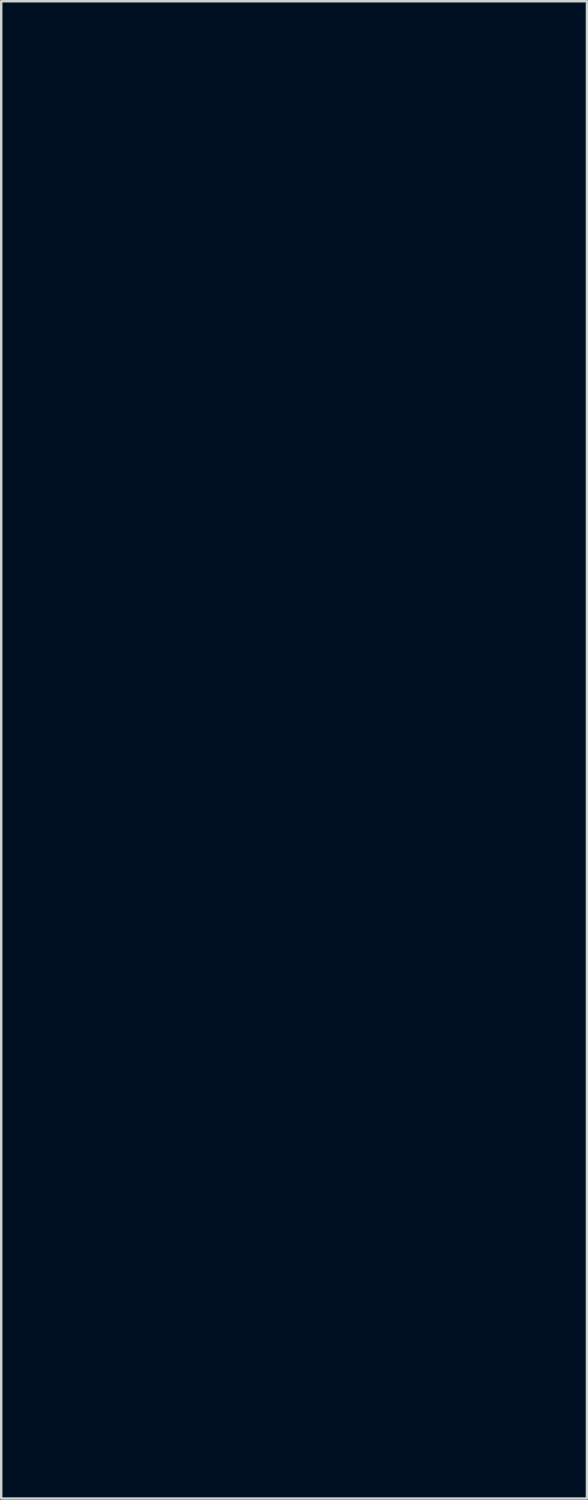
<source format=kicad_pcb>
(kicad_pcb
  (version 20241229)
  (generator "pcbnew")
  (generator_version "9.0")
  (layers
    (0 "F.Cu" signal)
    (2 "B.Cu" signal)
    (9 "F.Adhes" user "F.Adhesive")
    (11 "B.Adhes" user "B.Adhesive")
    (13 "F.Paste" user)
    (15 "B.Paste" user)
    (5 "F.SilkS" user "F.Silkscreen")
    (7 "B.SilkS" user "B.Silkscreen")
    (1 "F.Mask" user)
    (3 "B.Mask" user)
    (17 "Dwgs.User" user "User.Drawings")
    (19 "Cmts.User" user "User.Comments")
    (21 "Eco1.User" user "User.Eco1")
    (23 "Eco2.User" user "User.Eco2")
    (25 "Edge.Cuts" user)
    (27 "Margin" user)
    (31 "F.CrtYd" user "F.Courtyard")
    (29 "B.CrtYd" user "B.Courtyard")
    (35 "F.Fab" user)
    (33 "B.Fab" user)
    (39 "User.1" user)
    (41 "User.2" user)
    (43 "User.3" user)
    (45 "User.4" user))
  (footprint "key3codeFMask"
    (layer "F.Cu")
    (at 9.006 27.691)
    (property "Reference" "key3codeFMask" (at 0 0 0) (layer "F.Mask") (effects (font (size 1.524 1.524) (thickness 0.3))))
    (attr through_hole)
    (fp_poly (pts (xy -1.347 -14.121) (xy -0.836 -13.971) (xy -0.237 -13.838) (xy 0.413 -13.727) (xy 1.074 -13.647) (xy 1.416 -13.618) (xy 2.039 -13.577) (xy 2 -13.176) (xy 1.388 -13.184) (xy 0.384 -13.252) (xy -0.623 -13.434) (xy -0.879 -13.497) (xy -1.135 -13.564) (xy -1.34 -13.616) (xy -1.468 -13.647) (xy -1.495 -13.652) (xy -1.51 -13.595) (xy -1.527 -13.447) (xy -1.537 -13.298) (xy -1.553 -13.092) (xy -1.588 -12.974) (xy -1.662 -12.904) (xy -1.762 -12.856) (xy -1.968 -12.77) (xy -1.968 -14.334) (xy -1.347 -14.121)) (stroke (width 0.01) (type solid)) (fill yes) (layer "F.Mask"))
    (fp_poly (pts (xy 1.73 26.324) (xy 1.865 26.375) (xy 1.953 26.447) (xy 2.003 26.564) (xy 2.026 26.753) (xy 2.032 27.04) (xy 2.032 27.091) (xy 2.032 27.686) (xy 1.647 27.686) (xy 1.479 27.679) (xy 1.314 27.655) (xy 1.127 27.603) (xy 0.891 27.518) (xy 0.581 27.392) (xy 0.361 27.297) (xy -0.021 27.136) (xy -0.318 27.023) (xy -0.556 26.948) (xy -0.763 26.902) (xy -0.968 26.878) (xy -0.986 26.877) (xy -1.236 26.866) (xy -1.392 26.877) (xy -1.485 26.916) (xy -1.518 26.948) (xy -1.564 27.07) (xy -1.495 27.169) (xy -1.322 27.234) (xy -1.175 27.254) (xy -0.899 27.273) (xy -0.986 27.48) (xy -1.048 27.602) (xy -1.126 27.663) (xy -1.262 27.684) (xy -1.394 27.686) (xy -1.634 27.667) (xy -1.792 27.601) (xy -1.841 27.559) (xy -1.92 27.446) (xy -1.959 27.284) (xy -1.968 27.056) (xy -1.961 26.834) (xy -1.931 26.697) (xy -1.863 26.601) (xy -1.801 26.548) (xy -1.698 26.482) (xy -1.571 26.442) (xy -1.388 26.422) (xy -1.115 26.416) (xy -1.064 26.416) (xy -0.849 26.418) (xy -0.675 26.427) (xy -0.516 26.452) (xy -0.345 26.5) (xy -0.135 26.578) (xy 0.141 26.693) (xy 0.454 26.829) (xy 0.78 26.968) (xy 1.069 27.087) (xy 1.3 27.178) (xy 1.451 27.231) (xy 1.495 27.241) (xy 1.544 27.214) (xy 1.573 27.118) (xy 1.586 26.93) (xy 1.587 26.761) (xy 1.589 26.518) (xy 1.6 26.378) (xy 1.627 26.317) (xy 1.679 26.31) (xy 1.73 26.324)) (stroke (width 0.01) (type solid)) (fill yes) (layer "F.Mask"))
    (fp_poly (pts (xy 1.127 12.828) (xy 1.392 12.835) (xy 1.577 12.848) (xy 1.702 12.872) (xy 1.791 12.908) (xy 1.865 12.959) (xy 1.962 13.051) (xy 2.012 13.162) (xy 2.03 13.333) (xy 2.032 13.46) (xy 2.015 13.727) (xy 1.957 13.909) (xy 1.911 13.979) (xy 1.789 14.129) (xy 0.117 14.142) (xy -0.338 14.144) (xy -0.757 14.141) (xy -1.12 14.134) (xy -1.411 14.124) (xy -1.609 14.112) (xy -1.694 14.098) (xy -1.843 13.993) (xy -1.931 13.814) (xy -1.967 13.542) (xy -1.968 13.439) (xy -1.96 13.224) (xy -1.923 13.091) (xy -1.842 12.992) (xy -1.801 12.959) (xy -1.575 12.851) (xy -1.388 12.827) (xy -1.209 12.845) (xy -1.094 12.922) (xy -1.015 13.033) (xy -0.889 13.24) (xy -1.175 13.274) (xy -1.417 13.324) (xy -1.543 13.403) (xy -1.56 13.518) (xy -1.551 13.547) (xy -1.504 13.604) (xy -1.401 13.636) (xy -1.215 13.651) (xy -1.049 13.652) (xy -0.588 13.652) (xy -0.568 13.501) (xy -0.064 13.501) (xy -0.064 13.652) (xy 0.764 13.652) (xy 1.108 13.65) (xy 1.346 13.643) (xy 1.498 13.627) (xy 1.585 13.6) (xy 1.626 13.561) (xy 1.632 13.548) (xy 1.637 13.436) (xy 1.55 13.355) (xy 1.36 13.303) (xy 1.06 13.276) (xy 0.787 13.271) (xy 0.442 13.275) (xy 0.204 13.288) (xy 0.054 13.316) (xy -0.027 13.365) (xy -0.059 13.44) (xy -0.064 13.501) (xy -0.568 13.501) (xy -0.552 13.383) (xy -0.468 13.114) (xy -0.35 12.97) (xy -0.277 12.914) (xy -0.196 12.875) (xy -0.084 12.85) (xy 0.082 12.836) (xy 0.326 12.829) (xy 0.668 12.827) (xy 0.757 12.827) (xy 1.127 12.828)) (stroke (width 0.01) (type solid)) (fill yes) (layer "F.Mask"))
    (fp_poly (pts (xy -1.225 -0.685) (xy -1.111 -0.623) (xy -1.015 -0.492) (xy -0.889 -0.286) (xy -1.17 -0.267) (xy -1.399 -0.226) (xy -1.534 -0.147) (xy -1.563 -0.041) (xy -1.524 0.032) (xy -1.424 0.09) (xy -1.234 0.12) (xy -1.008 0.127) (xy -0.072 0.127) (xy 0.718 0.127) (xy 1.068 0.124) (xy 1.311 0.113) (xy 1.467 0.091) (xy 1.557 0.058) (xy 1.587 0.032) (xy 1.634 -0.069) (xy 1.586 -0.161) (xy 1.528 -0.203) (xy 1.425 -0.229) (xy 1.254 -0.243) (xy 0.994 -0.245) (xy 0.737 -0.24) (xy -0.032 -0.222) (xy -0.072 0.127) (xy -1.008 0.127) (xy -0.778 0.124) (xy -0.648 0.11) (xy -0.588 0.074) (xy -0.572 0.007) (xy -0.572 -0.028) (xy -0.535 -0.264) (xy -0.44 -0.482) (xy -0.331 -0.612) (xy -0.239 -0.647) (xy -0.061 -0.672) (xy 0.214 -0.688) (xy 0.599 -0.696) (xy 0.766 -0.696) (xy 1.144 -0.696) (xy 1.417 -0.691) (xy 1.606 -0.68) (xy 1.732 -0.659) (xy 1.816 -0.627) (xy 1.88 -0.581) (xy 1.893 -0.569) (xy 1.976 -0.466) (xy 2.018 -0.327) (xy 2.032 -0.111) (xy 2.032 -0.061) (xy 2.032 0.115) (xy 2.021 0.255) (xy 1.989 0.363) (xy 1.92 0.443) (xy 1.803 0.499) (xy 1.624 0.536) (xy 1.37 0.558) (xy 1.028 0.568) (xy 0.585 0.571) (xy 0.032 0.572) (xy -0.486 0.571) (xy -0.892 0.569) (xy -1.2 0.565) (xy -1.427 0.557) (xy -1.587 0.544) (xy -1.695 0.526) (xy -1.766 0.501) (xy -1.816 0.469) (xy -1.841 0.445) (xy -1.921 0.33) (xy -1.959 0.164) (xy -1.968 -0.052) (xy -1.937 -0.355) (xy -1.837 -0.556) (xy -1.658 -0.666) (xy -1.408 -0.699) (xy -1.225 -0.685)) (stroke (width 0.01) (type solid)) (fill yes) (layer "F.Mask"))
    (fp_poly (pts (xy -1.225 19.635) (xy -1.111 19.697) (xy -1.015 19.828) (xy -0.889 20.034) (xy -1.17 20.053) (xy -1.399 20.094) (xy -1.534 20.173) (xy -1.563 20.279) (xy -1.524 20.352) (xy -1.424 20.41) (xy -1.234 20.44) (xy -1.008 20.447) (xy -0.072 20.447) (xy 0.718 20.447) (xy 1.068 20.444) (xy 1.311 20.433) (xy 1.467 20.411) (xy 1.557 20.378) (xy 1.587 20.352) (xy 1.634 20.251) (xy 1.586 20.159) (xy 1.528 20.117) (xy 1.425 20.091) (xy 1.254 20.077) (xy 0.994 20.075) (xy 0.737 20.08) (xy -0.032 20.098) (xy -0.072 20.447) (xy -1.008 20.447) (xy -0.778 20.444) (xy -0.648 20.43) (xy -0.588 20.394) (xy -0.572 20.327) (xy -0.572 20.292) (xy -0.535 20.056) (xy -0.44 19.838) (xy -0.331 19.708) (xy -0.239 19.673) (xy -0.063 19.648) (xy 0.21 19.632) (xy 0.592 19.624) (xy 0.778 19.624) (xy 1.206 19.625) (xy 1.524 19.638) (xy 1.748 19.67) (xy 1.894 19.729) (xy 1.979 19.824) (xy 2.019 19.963) (xy 2.031 20.154) (xy 2.032 20.254) (xy 2.022 20.488) (xy 1.986 20.638) (xy 1.911 20.744) (xy 1.893 20.762) (xy 1.846 20.801) (xy 1.788 20.831) (xy 1.704 20.853) (xy 1.577 20.869) (xy 1.394 20.88) (xy 1.139 20.887) (xy 0.796 20.89) (xy 0.35 20.891) (xy 0.032 20.892) (xy -0.482 20.891) (xy -0.884 20.889) (xy -1.189 20.885) (xy -1.413 20.876) (xy -1.571 20.864) (xy -1.679 20.845) (xy -1.751 20.819) (xy -1.802 20.786) (xy -1.83 20.762) (xy -1.914 20.656) (xy -1.956 20.513) (xy -1.968 20.29) (xy -1.968 20.265) (xy -1.937 19.964) (xy -1.835 19.763) (xy -1.655 19.653) (xy -1.408 19.622) (xy -1.225 19.635)) (stroke (width 0.01) (type solid)) (fill yes) (layer "F.Mask"))
    (fp_poly (pts (xy 1.282 -20.89) (xy 1.515 -20.884) (xy 1.67 -20.868) (xy 1.771 -20.84) (xy 1.842 -20.795) (xy 1.894 -20.745) (xy 1.98 -20.619) (xy 2.022 -20.454) (xy 2.032 -20.237) (xy 2.007 -19.947) (xy 1.921 -19.76) (xy 1.759 -19.657) (xy 1.505 -19.622) (xy 1.461 -19.622) (xy 1.269 -19.628) (xy 1.161 -19.662) (xy 1.096 -19.745) (xy 1.059 -19.828) (xy 0.974 -20.034) (xy 1.244 -20.053) (xy 1.468 -20.095) (xy 1.6 -20.175) (xy 1.626 -20.282) (xy 1.587 -20.352) (xy 1.509 -20.402) (xy 1.361 -20.432) (xy 1.119 -20.445) (xy 0.946 -20.447) (xy 0.675 -20.445) (xy 0.501 -20.433) (xy 0.395 -20.405) (xy 0.327 -20.353) (xy 0.28 -20.288) (xy 0.143 -20.163) (xy -0.017 -20.128) (xy -0.159 -20.184) (xy -0.223 -20.272) (xy -0.263 -20.341) (xy -0.33 -20.384) (xy -0.449 -20.41) (xy -0.648 -20.425) (xy -0.863 -20.433) (xy -1.156 -20.438) (xy -1.348 -20.427) (xy -1.463 -20.398) (xy -1.522 -20.354) (xy -1.565 -20.236) (xy -1.493 -20.138) (xy -1.321 -20.072) (xy -1.181 -20.053) (xy -0.911 -20.034) (xy -0.995 -19.828) (xy -1.056 -19.705) (xy -1.133 -19.644) (xy -1.269 -19.623) (xy -1.397 -19.622) (xy -1.637 -19.641) (xy -1.796 -19.709) (xy -1.841 -19.748) (xy -1.937 -19.92) (xy -1.978 -20.158) (xy -1.966 -20.412) (xy -1.902 -20.636) (xy -1.822 -20.753) (xy -1.747 -20.813) (xy -1.658 -20.853) (xy -1.529 -20.876) (xy -1.332 -20.888) (xy -1.043 -20.891) (xy -0.928 -20.892) (xy -0.623 -20.886) (xy -0.356 -20.872) (xy -0.158 -20.851) (xy -0.063 -20.828) (xy 0.058 -20.799) (xy 0.095 -20.828) (xy 0.173 -20.854) (xy 0.357 -20.874) (xy 0.627 -20.887) (xy 0.945 -20.892) (xy 1.282 -20.89)) (stroke (width 0.01) (type solid)) (fill yes) (layer "F.Mask"))
    (fp_poly (pts (xy 1.422 -7.488) (xy 1.616 -7.47) (xy 1.748 -7.433) (xy 1.853 -7.37) (xy 1.865 -7.361) (xy 1.961 -7.27) (xy 2.011 -7.161) (xy 2.03 -6.993) (xy 2.032 -6.853) (xy 2.032 -6.678) (xy 2.021 -6.539) (xy 1.988 -6.431) (xy 1.92 -6.351) (xy 1.802 -6.295) (xy 1.623 -6.258) (xy 1.368 -6.237) (xy 1.026 -6.226) (xy 0.583 -6.223) (xy 0.032 -6.223) (xy -0.486 -6.223) (xy -0.892 -6.225) (xy -1.2 -6.23) (xy -1.427 -6.238) (xy -1.587 -6.25) (xy -1.695 -6.269) (xy -1.766 -6.293) (xy -1.816 -6.326) (xy -1.841 -6.35) (xy -1.92 -6.463) (xy -1.959 -6.625) (xy -1.968 -6.853) (xy -1.961 -7.075) (xy -1.931 -7.212) (xy -1.863 -7.308) (xy -1.801 -7.361) (xy -1.679 -7.435) (xy -1.525 -7.476) (xy -1.298 -7.492) (xy -1.174 -7.493) (xy -0.906 -7.485) (xy -0.735 -7.453) (xy -0.631 -7.381) (xy -0.565 -7.256) (xy -0.543 -7.191) (xy -0.527 -7.119) (xy -0.55 -7.076) (xy -0.637 -7.055) (xy -0.812 -7.049) (xy -0.972 -7.048) (xy -1.293 -7.031) (xy -1.494 -6.98) (xy -1.575 -6.895) (xy -1.535 -6.777) (xy -1.524 -6.763) (xy -1.48 -6.732) (xy -1.397 -6.708) (xy -1.259 -6.691) (xy -1.052 -6.679) (xy -0.759 -6.672) (xy -0.368 -6.668) (xy 0.032 -6.668) (xy 0.515 -6.669) (xy 0.887 -6.673) (xy 1.161 -6.681) (xy 1.354 -6.693) (xy 1.48 -6.712) (xy 1.555 -6.737) (xy 1.587 -6.763) (xy 1.636 -6.882) (xy 1.568 -6.973) (xy 1.392 -7.03) (xy 1.139 -7.048) (xy 0.917 -7.057) (xy 0.782 -7.089) (xy 0.695 -7.157) (xy 0.67 -7.19) (xy 0.589 -7.323) (xy 0.577 -7.41) (xy 0.648 -7.462) (xy 0.816 -7.486) (xy 1.095 -7.493) (xy 1.134 -7.493) (xy 1.422 -7.488)) (stroke (width 0.01) (type solid)) (fill yes) (layer "F.Mask"))
    (fp_poly (pts (xy 1.216 -27.683) (xy 1.531 -27.67) (xy 1.753 -27.637) (xy 1.897 -27.576) (xy 1.981 -27.48) (xy 2.02 -27.338) (xy 2.031 -27.144) (xy 2.032 -27.056) (xy 2.025 -26.834) (xy 1.994 -26.697) (xy 1.926 -26.601) (xy 1.865 -26.548) (xy 1.808 -26.508) (xy 1.743 -26.477) (xy 1.652 -26.454) (xy 1.52 -26.437) (xy 1.331 -26.427) (xy 1.069 -26.42) (xy 0.718 -26.417) (xy 0.264 -26.416) (xy 0.032 -26.416) (xy -0.473 -26.416) (xy -0.866 -26.419) (xy -1.164 -26.423) (xy -1.383 -26.432) (xy -1.537 -26.446) (xy -1.644 -26.466) (xy -1.719 -26.493) (xy -1.777 -26.529) (xy -1.801 -26.548) (xy -1.897 -26.639) (xy -1.948 -26.748) (xy -1.966 -26.916) (xy -1.968 -27.056) (xy -1.945 -27.349) (xy -1.865 -27.54) (xy -1.711 -27.646) (xy -1.467 -27.685) (xy -1.394 -27.686) (xy -1.201 -27.68) (xy -1.092 -27.646) (xy -1.025 -27.564) (xy -0.986 -27.48) (xy -0.899 -27.273) (xy -1.175 -27.254) (xy -1.401 -27.213) (xy -1.535 -27.133) (xy -1.563 -27.027) (xy -1.524 -26.956) (xy -1.424 -26.898) (xy -1.234 -26.867) (xy -1.008 -26.86) (xy -0.072 -26.86) (xy 0.718 -26.86) (xy 1.068 -26.864) (xy 1.311 -26.875) (xy 1.467 -26.896) (xy 1.557 -26.93) (xy 1.587 -26.956) (xy 1.634 -27.057) (xy 1.586 -27.148) (xy 1.528 -27.19) (xy 1.425 -27.217) (xy 1.254 -27.23) (xy 0.994 -27.232) (xy 0.737 -27.228) (xy -0.032 -27.21) (xy -0.072 -26.86) (xy -1.008 -26.86) (xy -0.778 -26.863) (xy -0.648 -26.878) (xy -0.588 -26.914) (xy -0.572 -26.98) (xy -0.572 -27.01) (xy -0.541 -27.23) (xy -0.463 -27.441) (xy -0.358 -27.592) (xy -0.315 -27.624) (xy -0.213 -27.645) (xy -0.01 -27.664) (xy 0.271 -27.677) (xy 0.603 -27.685) (xy 0.79 -27.686) (xy 1.216 -27.683)) (stroke (width 0.01) (type solid)) (fill yes) (layer "F.Mask"))
    (fp_poly (pts (xy 0.909 6.041) (xy 0.947 6.042) (xy 1.29 6.052) (xy 1.53 6.065) (xy 1.689 6.084) (xy 1.791 6.113) (xy 1.859 6.157) (xy 1.911 6.214) (xy 1.992 6.367) (xy 2.028 6.587) (xy 2.032 6.733) (xy 2.025 6.953) (xy 1.993 7.09) (xy 1.922 7.186) (xy 1.865 7.234) (xy 1.808 7.274) (xy 1.743 7.305) (xy 1.652 7.328) (xy 1.52 7.345) (xy 1.331 7.355) (xy 1.069 7.362) (xy 0.718 7.365) (xy 0.264 7.366) (xy 0.032 7.366) (xy -0.473 7.366) (xy -0.866 7.363) (xy -1.164 7.359) (xy -1.383 7.35) (xy -1.537 7.336) (xy -1.644 7.316) (xy -1.719 7.289) (xy -1.777 7.253) (xy -1.801 7.234) (xy -1.901 7.138) (xy -1.951 7.021) (xy -1.968 6.84) (xy -1.968 6.754) (xy -1.952 6.47) (xy -1.892 6.283) (xy -1.773 6.164) (xy -1.602 6.093) (xy -1.332 6.059) (xy -1.122 6.128) (xy -0.982 6.299) (xy -0.964 6.345) (xy -0.896 6.54) (xy -1.203 6.54) (xy -1.408 6.553) (xy -1.518 6.598) (xy -1.552 6.65) (xy -1.547 6.775) (xy -1.424 6.863) (xy -1.189 6.912) (xy -0.972 6.921) (xy -0.072 6.921) (xy 0.718 6.921) (xy 1.079 6.918) (xy 1.33 6.905) (xy 1.488 6.881) (xy 1.571 6.844) (xy 1.581 6.834) (xy 1.623 6.705) (xy 1.613 6.642) (xy 1.581 6.598) (xy 1.513 6.57) (xy 1.387 6.554) (xy 1.181 6.549) (xy 0.876 6.552) (xy 0.77 6.555) (xy -0.032 6.572) (xy -0.072 6.921) (xy -0.972 6.921) (xy -0.754 6.919) (xy -0.634 6.902) (xy -0.583 6.86) (xy -0.572 6.781) (xy -0.572 6.761) (xy -0.547 6.591) (xy -0.486 6.396) (xy -0.481 6.384) (xy -0.404 6.251) (xy -0.288 6.154) (xy -0.116 6.089) (xy 0.129 6.051) (xy 0.465 6.036) (xy 0.909 6.041)) (stroke (width 0.01) (type solid)) (fill yes) (layer "F.Mask")))
  (gr_rect
    (start -3 -3)
    (end 21.012 58.382)
    (stroke (width 0.1) (type default))
    (fill no)
    (layer "Edge.Cuts")))
</source>
